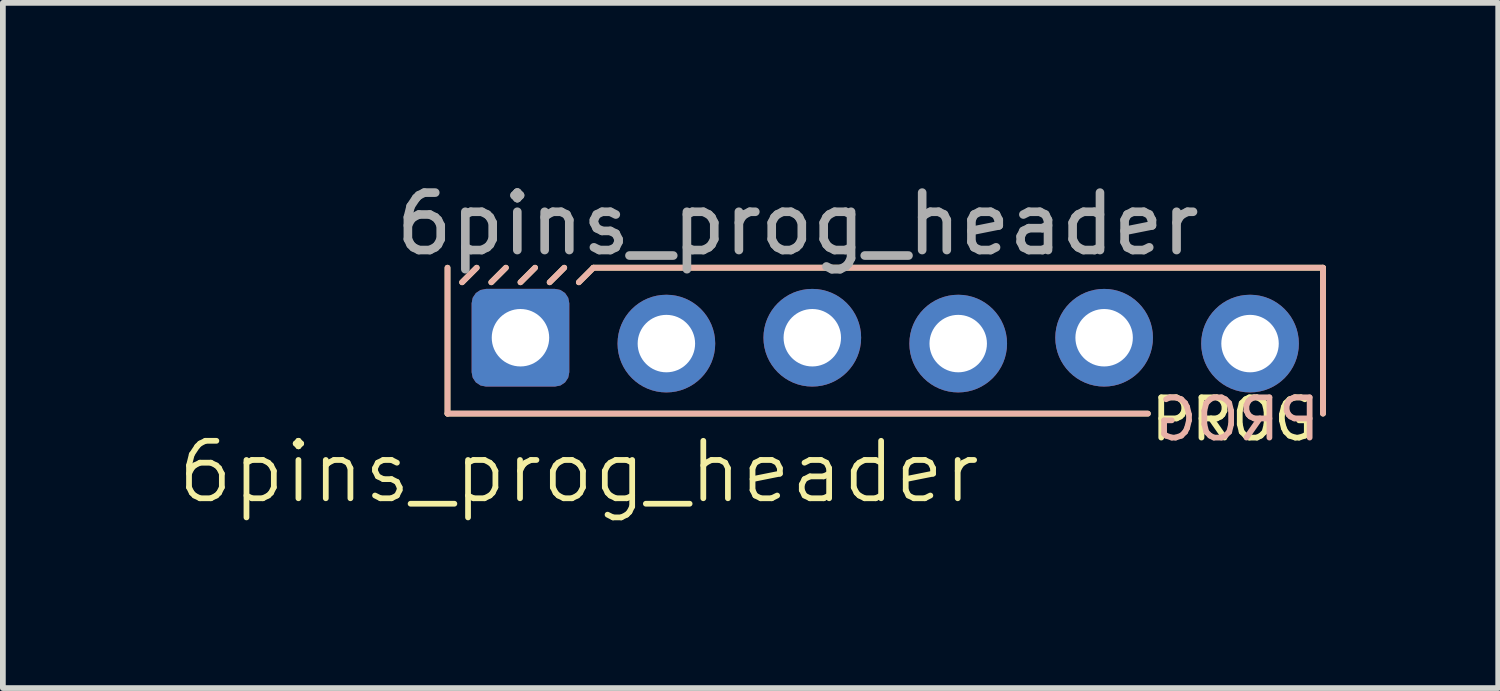
<source format=kicad_pcb>
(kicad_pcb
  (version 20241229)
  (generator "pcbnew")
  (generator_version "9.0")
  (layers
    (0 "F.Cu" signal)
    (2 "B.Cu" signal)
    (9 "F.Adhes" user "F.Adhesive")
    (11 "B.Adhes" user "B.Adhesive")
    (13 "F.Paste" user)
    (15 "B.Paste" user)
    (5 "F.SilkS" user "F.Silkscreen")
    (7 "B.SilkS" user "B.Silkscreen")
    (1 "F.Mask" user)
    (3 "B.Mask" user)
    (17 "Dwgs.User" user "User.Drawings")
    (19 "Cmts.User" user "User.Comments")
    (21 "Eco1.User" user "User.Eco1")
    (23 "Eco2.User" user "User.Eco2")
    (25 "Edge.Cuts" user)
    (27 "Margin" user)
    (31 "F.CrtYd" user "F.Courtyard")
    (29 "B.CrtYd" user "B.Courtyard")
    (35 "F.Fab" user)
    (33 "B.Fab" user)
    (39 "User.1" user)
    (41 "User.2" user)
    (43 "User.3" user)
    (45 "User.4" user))
  (footprint "6pins_prog_header"
    (layer "F.Cu")
    (at 6.01 2.88)
    (property "Reference" "6pins_prog_header" (at 1.016 2.286 0) (unlocked yes) (layer "F.SilkS") (effects (font (size 1 1) (thickness 0.1))))
    (attr through_hole)
    (fp_line (start -1.27 1.27) (end -1.27 -1.27) (stroke (width 0.1) (type default)) (layer "F.SilkS"))
    (fp_line (start -1.016 -1.016) (end -0.762 -1.27) (stroke (width 0.1) (type default)) (layer "F.SilkS"))
    (fp_line (start -0.508 -1.016) (end -0.254 -1.27) (stroke (width 0.1) (type default)) (layer "F.SilkS"))
    (fp_line (start 0 -1.016) (end 0.254 -1.27) (stroke (width 0.1) (type default)) (layer "F.SilkS"))
    (fp_line (start 0.508 -1.016) (end 0.762 -1.27) (stroke (width 0.1) (type default)) (layer "F.SilkS"))
    (fp_line (start 1.016 -1.016) (end 1.27 -1.27) (stroke (width 0.1) (type default)) (layer "F.SilkS"))
    (fp_line (start 10.922 1.27) (end -1.27 1.27) (stroke (width 0.1) (type default)) (layer "F.SilkS"))
    (fp_line (start 13.97 -1.27) (end 1.27 -1.27) (stroke (width 0.1) (type default)) (layer "F.SilkS"))
    (fp_line (start 13.97 1.27) (end 13.97 -1.27) (stroke (width 0.1) (type default)) (layer "F.SilkS"))
    (fp_line (start -1.27 -1.27) (end -1.27 1.27) (stroke (width 0.1) (type default)) (layer "B.SilkS"))
    (fp_line (start -1.27 1.27) (end 10.922 1.27) (stroke (width 0.1) (type default)) (layer "B.SilkS"))
    (fp_line (start -0.762 -1.27) (end -1.016 -1.016) (stroke (width 0.1) (type default)) (layer "B.SilkS"))
    (fp_line (start -0.254 -1.27) (end -0.508 -1.016) (stroke (width 0.1) (type default)) (layer "B.SilkS"))
    (fp_line (start 0.254 -1.27) (end 0 -1.016) (stroke (width 0.1) (type default)) (layer "B.SilkS"))
    (fp_line (start 0.762 -1.27) (end 0.508 -1.016) (stroke (width 0.1) (type default)) (layer "B.SilkS"))
    (fp_line (start 1.27 -1.27) (end 1.016 -1.016) (stroke (width 0.1) (type default)) (layer "B.SilkS"))
    (fp_line (start 1.27 -1.27) (end 13.97 -1.27) (stroke (width 0.1) (type default)) (layer "B.SilkS"))
    (fp_line (start 13.97 -1.27) (end 13.97 1.27) (stroke (width 0.1) (type default)) (layer "B.SilkS"))
    (fp_text user "PROG" (at 10.922 1.778 0) (unlocked yes) (layer "F.SilkS") (effects (font (size 0.7 0.7) (thickness 0.1)) (justify left bottom)))
    (fp_text user "PROG" (at 13.97 1.778 0) (unlocked yes) (layer "B.SilkS") (effects (font (size 0.7 0.7) (thickness 0.1)) (justify left bottom mirror)))
    (fp_text user "${REFERENCE}" (at 4.826 -2.032 0) (unlocked yes) (layer "F.Fab") (effects (font (size 1 1) (thickness 0.15))))
    (pad "1" thru_hole roundrect (at 0 -0.051) (size 1.7 1.7) (drill 1) (layers "*.Cu" "*.Mask") (roundrect_rratio 0.147))
    (pad "2" thru_hole circle (at 2.54 0.051) (size 1.7 1.7) (drill 1) (layers "*.Cu" "*.Mask"))
    (pad "3" thru_hole circle (at 5.08 -0.051) (size 1.7 1.7) (drill 1) (layers "*.Cu" "*.Mask"))
    (pad "4" thru_hole circle (at 7.62 0.051) (size 1.7 1.7) (drill 1) (layers "*.Cu" "*.Mask"))
    (pad "5" thru_hole circle (at 10.16 -0.051) (size 1.7 1.7) (drill 1) (layers "*.Cu" "*.Mask"))
    (pad "6" thru_hole circle (at 12.7 0.051) (size 1.7 1.7) (drill 1) (layers "*.Cu" "*.Mask")))
  (gr_rect
    (start -3 -3)
    (end 23.03 8.927)
    (stroke (width 0.1) (type default))
    (fill no)
    (layer "Edge.Cuts")))
</source>
